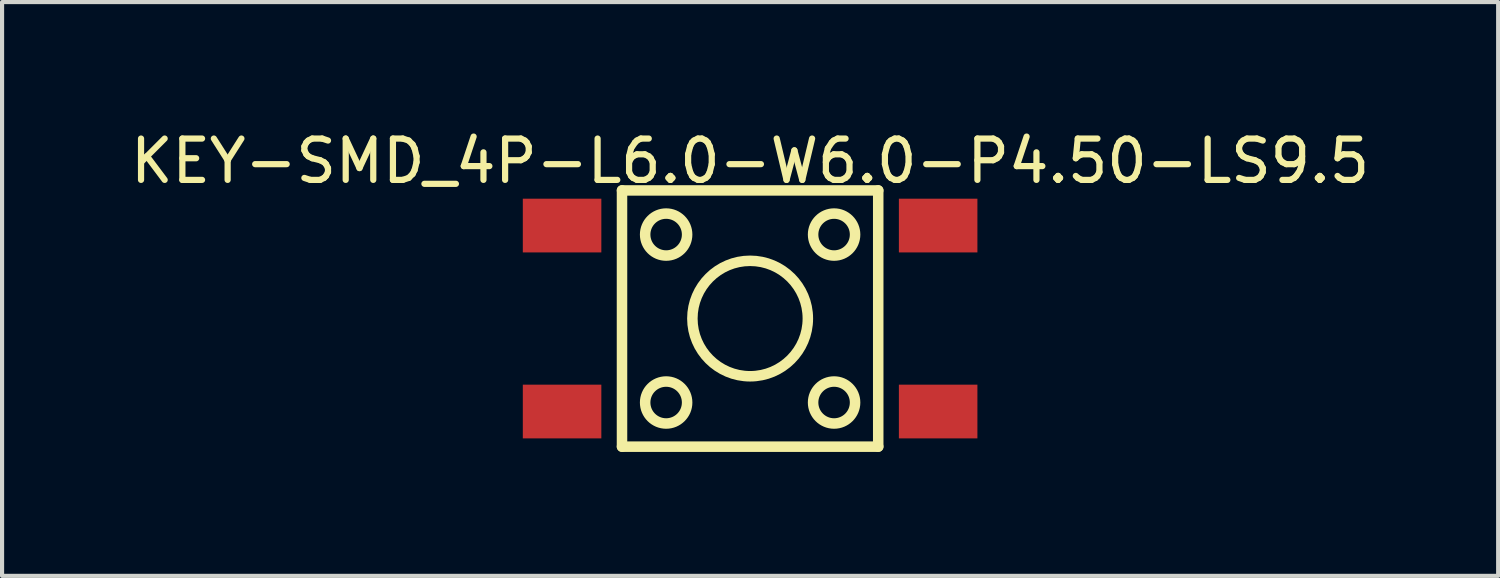
<source format=kicad_pcb>
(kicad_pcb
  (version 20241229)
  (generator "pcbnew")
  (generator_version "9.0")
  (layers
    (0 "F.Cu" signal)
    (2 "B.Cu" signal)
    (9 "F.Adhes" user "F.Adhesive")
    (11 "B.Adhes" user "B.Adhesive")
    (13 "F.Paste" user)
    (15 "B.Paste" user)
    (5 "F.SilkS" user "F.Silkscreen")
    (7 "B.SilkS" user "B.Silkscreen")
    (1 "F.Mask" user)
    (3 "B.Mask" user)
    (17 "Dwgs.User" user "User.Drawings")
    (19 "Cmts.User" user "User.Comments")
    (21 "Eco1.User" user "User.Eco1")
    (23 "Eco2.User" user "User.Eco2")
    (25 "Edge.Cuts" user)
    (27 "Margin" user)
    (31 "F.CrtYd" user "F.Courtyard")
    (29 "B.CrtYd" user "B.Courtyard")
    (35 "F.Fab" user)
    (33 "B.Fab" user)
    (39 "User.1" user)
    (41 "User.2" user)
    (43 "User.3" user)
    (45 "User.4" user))
  (footprint "KEY-SMD_4P-L6.0-W6.0-P4.50-LS9.5"
    (layer "F.Cu")
    (at 15.101 4.658)
    (property "Reference" "KEY-SMD_4P-L6.0-W6.0-P4.50-LS9.5" (at 0 -3.81 0) (layer "F.SilkS") (effects (font (size 1 1) (thickness 0.15))))
    (attr through_hole)
    (fp_line (start -3.1 3.1) (end -3.1 -3.1) (stroke (width 0.254) (type solid)) (layer "F.SilkS"))
    (fp_line (start -3.1 3.1) (end 3.1 3.1) (stroke (width 0.254) (type solid)) (layer "F.SilkS"))
    (fp_line (start 3.1 -3.1) (end -3.1 -3.1) (stroke (width 0.254) (type solid)) (layer "F.SilkS"))
    (fp_line (start 3.1 -3.1) (end 3.1 3.1) (stroke (width 0.254) (type solid)) (layer "F.SilkS"))
    (fp_circle (center -2.032 -2.032) (end -1.524 -2.032) (stroke (width 0.254) (type solid)) (fill no) (layer "F.SilkS"))
    (fp_circle (center -2.032 2.032) (end -1.524 2.032) (stroke (width 0.254) (type solid)) (fill no) (layer "F.SilkS"))
    (fp_circle (center 0 0) (end 1.397 0) (stroke (width 0.254) (type solid)) (fill no) (layer "F.SilkS"))
    (fp_circle (center 2.032 -2.032) (end 2.54 -2.032) (stroke (width 0.254) (type solid)) (fill no) (layer "F.SilkS"))
    (fp_circle (center 2.032 2.032) (end 2.54 2.032) (stroke (width 0.254) (type solid)) (fill no) (layer "F.SilkS"))
    (pad "1" smd rect (at -4.55 -2.25) (size 1.9 1.3) (layers "F.Cu" "F.Mask" "F.Paste"))
    (pad "2" smd rect (at 4.55 -2.25) (size 1.9 1.3) (layers "F.Cu" "F.Mask" "F.Paste"))
    (pad "3" smd rect (at -4.55 2.25) (size 1.9 1.3) (layers "F.Cu" "F.Mask" "F.Paste"))
    (pad "4" smd rect (at 4.55 2.25) (size 1.9 1.3) (layers "F.Cu" "F.Mask" "F.Paste")))
  (gr_rect
    (start -3 -3)
    (end 33.202 10.885)
    (stroke (width 0.1) (type default))
    (fill no)
    (layer "Edge.Cuts")))
</source>
